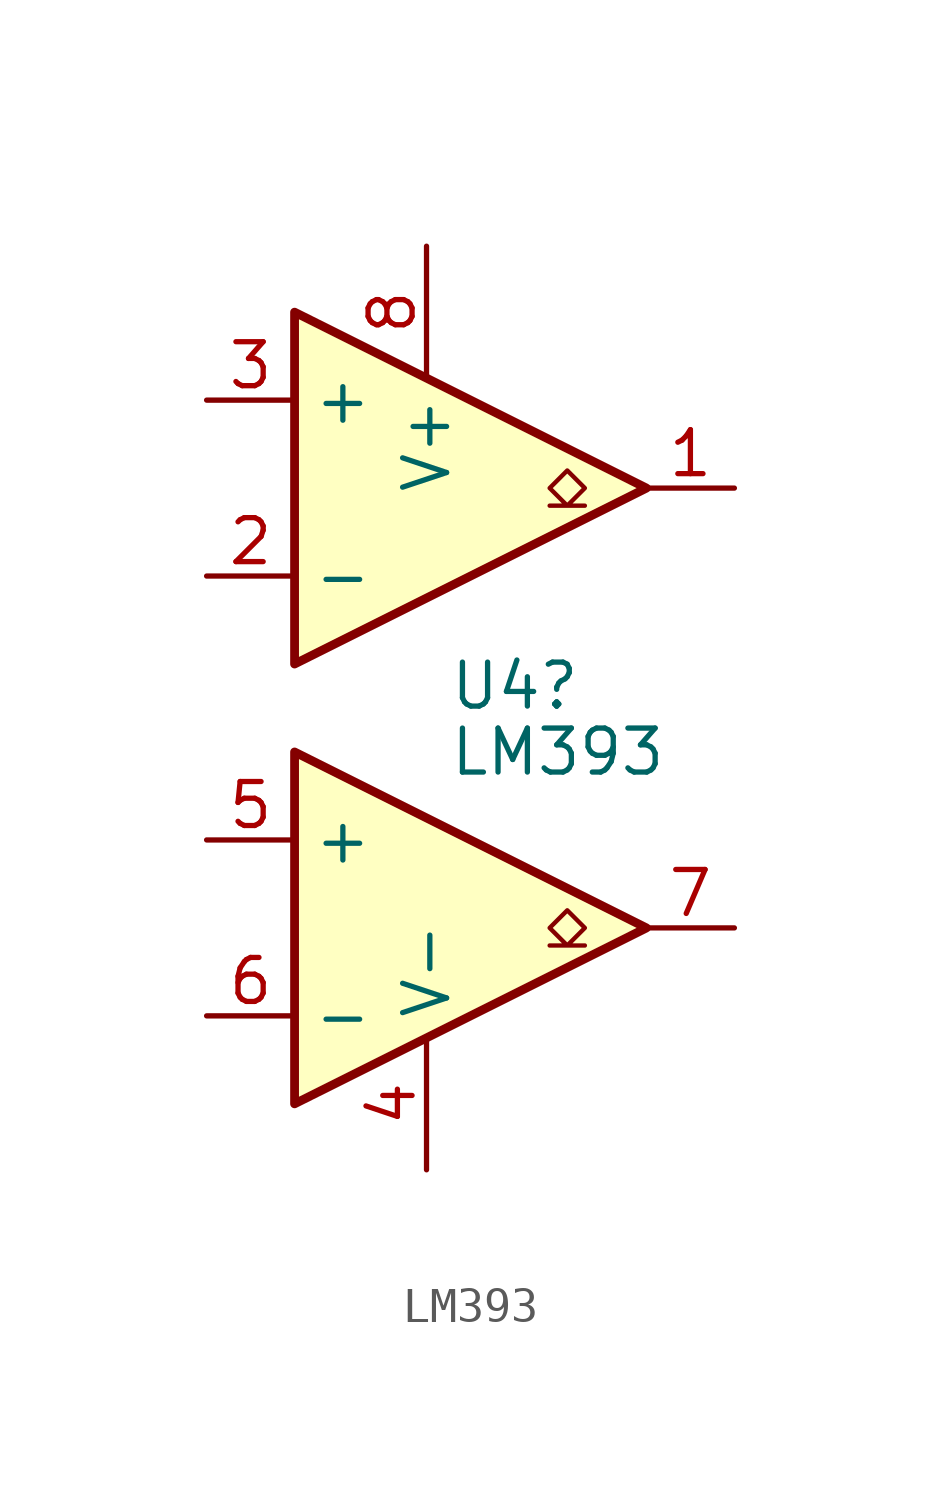
<source format=kicad_sym>
(kicad_symbol_lib
  (version 20220914)
  (generator kicad_symbol_editor)
  (symbol "LM393"
    (property "Reference" "U4"
      (at -1.27 0.635 0)
      (effects (font (size 1.27 1.27)) (justify left)))
    (property "Value" "LM393"
      (at -1.27 -1.27 0)
      (effects (font (size 1.27 1.27)) (justify left)))
    (symbol "LM393_1_1"
      (polyline (pts (xy -5.715 -1.27) (xy 4.445 -6.35) (xy -5.715 -11.43) (xy -5.715 -1.27)) (stroke (width 0.254) (type default)) (fill (type background)))
      (polyline (pts (xy -5.715 11.43) (xy 4.445 6.35) (xy -5.715 1.27) (xy -5.715 11.43)) (stroke (width 0.254) (type default)) (fill (type background)))
      (polyline (pts (xy 2.667 -6.858) (xy 2.159 -6.858) (xy 2.667 -6.35) (xy 2.159 -5.842) (xy 1.651 -6.35) (xy 2.159 -6.858) (xy 1.651 -6.858)) (stroke (width 0.127) (type default)) (fill (type none)))
      (polyline (pts (xy 2.667 5.842) (xy 2.159 5.842) (xy 2.667 6.35) (xy 2.159 6.858) (xy 1.651 6.35) (xy 2.159 5.842) (xy 1.651 5.842)) (stroke (width 0.127) (type default)) (fill (type none)))
      (pin open_collector line (at 6.985 6.35 180) (length 2.54) (name "~" (effects (font (size 1.27 1.27)))) (number "1" (effects (font (size 1.27 1.27)))))
      (pin input line (at -8.255 3.81 0) (length 2.54) (name "-" (effects (font (size 1.27 1.27)))) (number "2" (effects (font (size 1.27 1.27)))))
      (pin input line (at -8.255 8.89 0) (length 2.54) (name "+" (effects (font (size 1.27 1.27)))) (number "3" (effects (font (size 1.27 1.27)))))
      (pin power_in line (at -1.905 -13.335 90) (length 3.81) (name "V-" (effects (font (size 1.27 1.27)))) (number "4" (effects (font (size 1.27 1.27)))))
      (pin input line (at -8.255 -3.81 0) (length 2.54) (name "+" (effects (font (size 1.27 1.27)))) (number "5" (effects (font (size 1.27 1.27)))))
      (pin input line (at -8.255 -8.89 0) (length 2.54) (name "-" (effects (font (size 1.27 1.27)))) (number "6" (effects (font (size 1.27 1.27)))))
      (pin open_collector line (at 6.985 -6.35 180) (length 2.54) (name "~" (effects (font (size 1.27 1.27)))) (number "7" (effects (font (size 1.27 1.27)))))
      (pin power_in line (at -1.905 13.335 270) (length 3.81) (name "V+" (effects (font (size 1.27 1.27)))) (number "8" (effects (font (size 1.27 1.27))))))))
</source>
